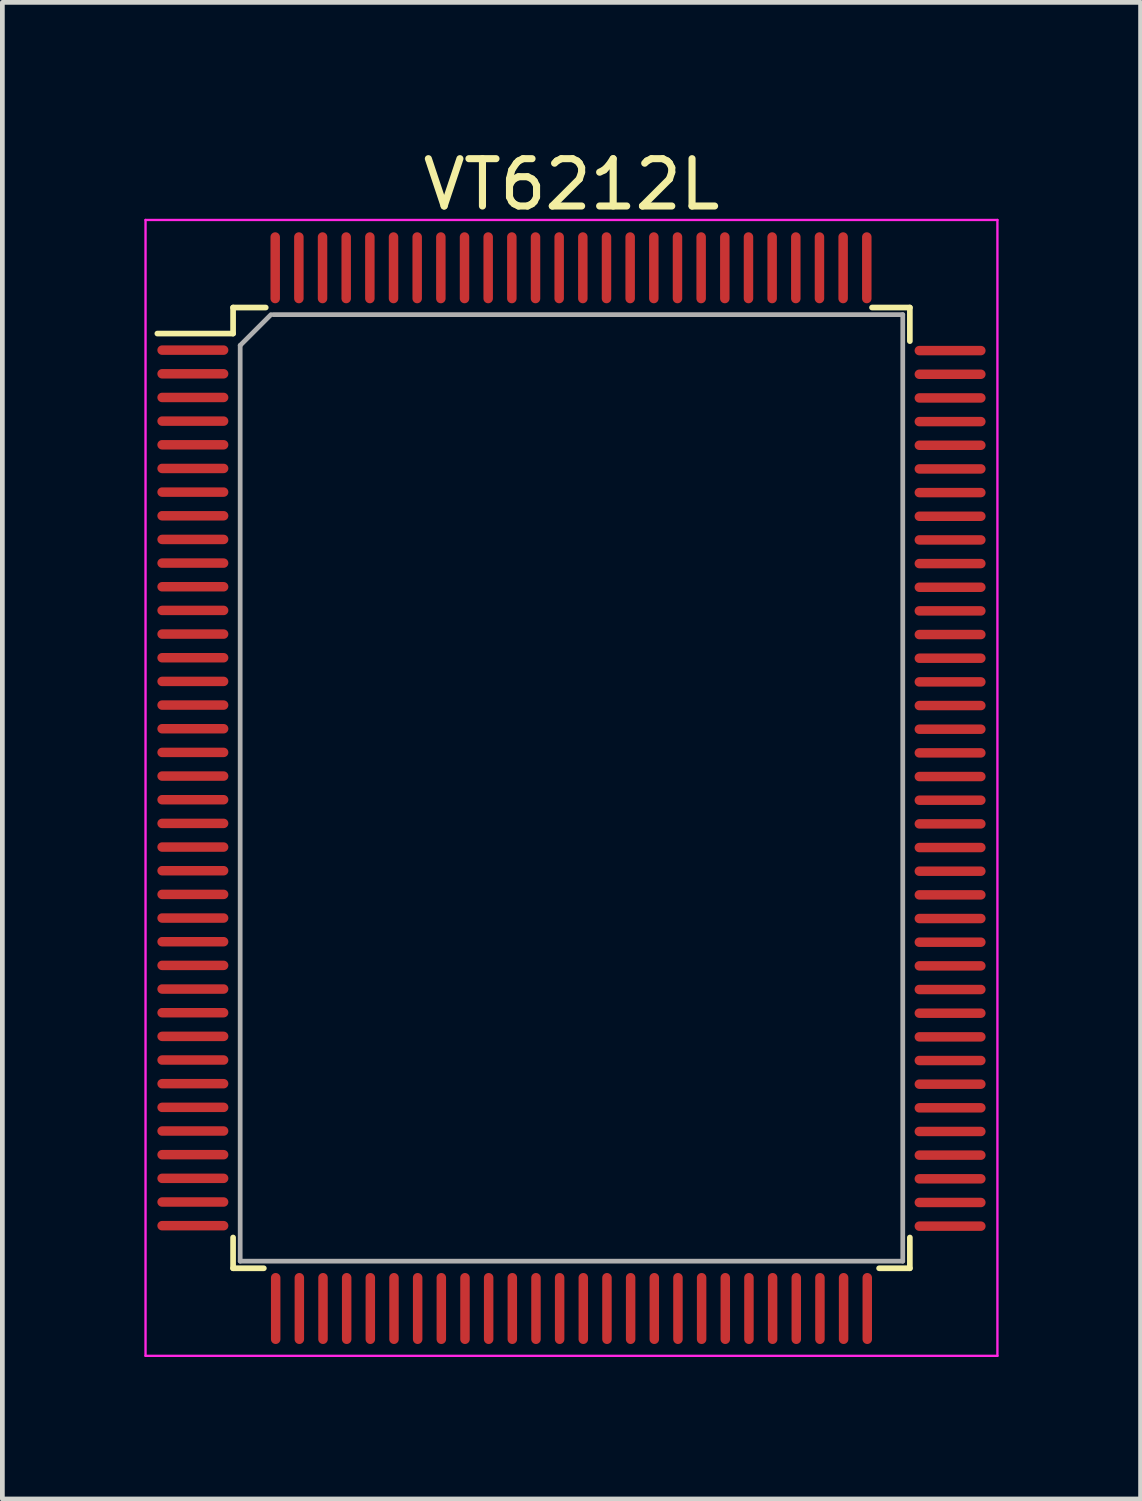
<source format=kicad_pcb>
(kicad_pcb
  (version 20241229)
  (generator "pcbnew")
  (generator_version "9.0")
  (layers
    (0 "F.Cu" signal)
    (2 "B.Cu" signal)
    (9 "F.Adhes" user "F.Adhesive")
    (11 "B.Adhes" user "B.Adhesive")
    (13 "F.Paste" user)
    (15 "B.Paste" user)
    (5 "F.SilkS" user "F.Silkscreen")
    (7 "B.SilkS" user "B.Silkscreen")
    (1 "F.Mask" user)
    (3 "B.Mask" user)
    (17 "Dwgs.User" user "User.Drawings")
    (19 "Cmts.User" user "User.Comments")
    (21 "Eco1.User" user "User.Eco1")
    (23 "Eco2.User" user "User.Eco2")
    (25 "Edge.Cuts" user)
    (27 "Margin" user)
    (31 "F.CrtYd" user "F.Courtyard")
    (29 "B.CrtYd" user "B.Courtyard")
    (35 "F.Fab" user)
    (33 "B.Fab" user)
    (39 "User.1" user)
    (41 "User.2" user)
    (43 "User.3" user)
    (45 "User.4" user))
  (footprint "VT6212L"
    (layer "F.Cu")
    (at 9.025 13.598)
    (property "Reference" "VT6212L" (at 0 -12.75 0) (layer "F.SilkS") (effects (font (size 1 1) (thickness 0.15))))
    (attr smd)
    (fp_line (start -7.15 -10.15) (end -7.15 -9.6) (stroke (width 0.12) (type solid)) (layer "F.SilkS"))
    (fp_line (start -7.15 -9.6) (end -8.75 -9.6) (stroke (width 0.12) (type solid)) (layer "F.SilkS"))
    (fp_line (start -7.15 10.15) (end -7.15 9.5) (stroke (width 0.12) (type solid)) (layer "F.SilkS"))
    (fp_line (start -7.15 10.15) (end -6.5 10.15) (stroke (width 0.12) (type solid)) (layer "F.SilkS"))
    (fp_line (start -6.46 -10.15) (end -7.15 -10.15) (stroke (width 0.12) (type solid)) (layer "F.SilkS"))
    (fp_line (start 6.35 -10.15) (end 7.15 -10.15) (stroke (width 0.12) (type solid)) (layer "F.SilkS"))
    (fp_line (start 6.5 10.15) (end 7.15 10.15) (stroke (width 0.12) (type solid)) (layer "F.SilkS"))
    (fp_line (start 7.15 -10.15) (end 7.15 -9.44) (stroke (width 0.12) (type solid)) (layer "F.SilkS"))
    (fp_line (start 7.15 10.15) (end 7.15 9.5) (stroke (width 0.12) (type solid)) (layer "F.SilkS"))
    (fp_line (start -9 -12) (end 9 -12) (stroke (width 0.05) (type solid)) (layer "F.CrtYd"))
    (fp_line (start -9 12) (end -9 -12) (stroke (width 0.05) (type solid)) (layer "F.CrtYd"))
    (fp_line (start 9 -12) (end 9 12) (stroke (width 0.05) (type solid)) (layer "F.CrtYd"))
    (fp_line (start 9 12) (end -9 12) (stroke (width 0.05) (type solid)) (layer "F.CrtYd"))
    (fp_line (start -7 -9.35) (end -7 10) (stroke (width 0.1) (type solid)) (layer "F.Fab"))
    (fp_line (start -7 10) (end 7 10) (stroke (width 0.1) (type solid)) (layer "F.Fab"))
    (fp_line (start -6.35 -10) (end -7 -9.35) (stroke (width 0.1) (type solid)) (layer "F.Fab"))
    (fp_line (start 7 -10) (end -6.3 -10) (stroke (width 0.1) (type solid)) (layer "F.Fab"))
    (fp_line (start 7 10) (end 7 -10) (stroke (width 0.1) (type solid)) (layer "F.Fab"))
    (pad "1" smd oval (at -8 -9.25 90) (size 0.2 1.5) (layers "F.Cu" "F.Mask" "F.Paste"))
    (pad "2" smd oval (at -8 -8.75 90) (size 0.2 1.5) (layers "F.Cu" "F.Mask" "F.Paste"))
    (pad "3" smd oval (at -8 -8.25 90) (size 0.2 1.5) (layers "F.Cu" "F.Mask" "F.Paste"))
    (pad "4" smd oval (at -8 -7.75 90) (size 0.2 1.5) (layers "F.Cu" "F.Mask" "F.Paste"))
    (pad "5" smd oval (at -8 -7.25 90) (size 0.2 1.5) (layers "F.Cu" "F.Mask" "F.Paste"))
    (pad "6" smd oval (at -8 -6.75 90) (size 0.2 1.5) (layers "F.Cu" "F.Mask" "F.Paste"))
    (pad "7" smd oval (at -8 -6.25 90) (size 0.2 1.5) (layers "F.Cu" "F.Mask" "F.Paste"))
    (pad "8" smd oval (at -8 -5.75 90) (size 0.2 1.5) (layers "F.Cu" "F.Mask" "F.Paste"))
    (pad "9" smd oval (at -8 -5.25 90) (size 0.2 1.5) (layers "F.Cu" "F.Mask" "F.Paste"))
    (pad "10" smd oval (at -8 -4.75 90) (size 0.2 1.5) (layers "F.Cu" "F.Mask" "F.Paste"))
    (pad "11" smd oval (at -8 -4.25 90) (size 0.2 1.5) (layers "F.Cu" "F.Mask" "F.Paste"))
    (pad "12" smd oval (at -8 -3.75 90) (size 0.2 1.5) (layers "F.Cu" "F.Mask" "F.Paste"))
    (pad "13" smd oval (at -8 -3.25 90) (size 0.2 1.5) (layers "F.Cu" "F.Mask" "F.Paste"))
    (pad "14" smd oval (at -8 -2.75 90) (size 0.2 1.5) (layers "F.Cu" "F.Mask" "F.Paste"))
    (pad "15" smd oval (at -8 -2.25 90) (size 0.2 1.5) (layers "F.Cu" "F.Mask" "F.Paste"))
    (pad "16" smd oval (at -8 -1.75 90) (size 0.2 1.5) (layers "F.Cu" "F.Mask" "F.Paste"))
    (pad "17" smd oval (at -8 -1.25 90) (size 0.2 1.5) (layers "F.Cu" "F.Mask" "F.Paste"))
    (pad "18" smd oval (at -8 -0.75 90) (size 0.2 1.5) (layers "F.Cu" "F.Mask" "F.Paste"))
    (pad "19" smd oval (at -8 -0.25 90) (size 0.2 1.5) (layers "F.Cu" "F.Mask" "F.Paste"))
    (pad "20" smd oval (at -8 0.25 90) (size 0.2 1.5) (layers "F.Cu" "F.Mask" "F.Paste"))
    (pad "21" smd oval (at -8 0.75 90) (size 0.2 1.5) (layers "F.Cu" "F.Mask" "F.Paste"))
    (pad "22" smd oval (at -8 1.25 90) (size 0.2 1.5) (layers "F.Cu" "F.Mask" "F.Paste"))
    (pad "23" smd oval (at -8 1.75 90) (size 0.2 1.5) (layers "F.Cu" "F.Mask" "F.Paste"))
    (pad "24" smd oval (at -8 2.25 90) (size 0.2 1.5) (layers "F.Cu" "F.Mask" "F.Paste"))
    (pad "25" smd oval (at -8 2.75 90) (size 0.2 1.5) (layers "F.Cu" "F.Mask" "F.Paste"))
    (pad "26" smd oval (at -8 3.25 90) (size 0.2 1.5) (layers "F.Cu" "F.Mask" "F.Paste"))
    (pad "27" smd oval (at -8 3.75 90) (size 0.2 1.5) (layers "F.Cu" "F.Mask" "F.Paste"))
    (pad "28" smd oval (at -8 4.25 90) (size 0.2 1.5) (layers "F.Cu" "F.Mask" "F.Paste"))
    (pad "29" smd oval (at -8 4.75 90) (size 0.2 1.5) (layers "F.Cu" "F.Mask" "F.Paste"))
    (pad "30" smd oval (at -8 5.25 90) (size 0.2 1.5) (layers "F.Cu" "F.Mask" "F.Paste"))
    (pad "31" smd oval (at -8 5.75 90) (size 0.2 1.5) (layers "F.Cu" "F.Mask" "F.Paste"))
    (pad "32" smd oval (at -8 6.25 90) (size 0.2 1.5) (layers "F.Cu" "F.Mask" "F.Paste"))
    (pad "33" smd oval (at -8 6.75 270) (size 0.2 1.5) (layers "F.Cu" "F.Mask" "F.Paste"))
    (pad "34" smd oval (at -8 7.25 270) (size 0.2 1.5) (layers "F.Cu" "F.Mask" "F.Paste"))
    (pad "35" smd oval (at -8 7.75 270) (size 0.2 1.5) (layers "F.Cu" "F.Mask" "F.Paste"))
    (pad "36" smd oval (at -8 8.25 270) (size 0.2 1.5) (layers "F.Cu" "F.Mask" "F.Paste"))
    (pad "37" smd oval (at -8 8.75 270) (size 0.2 1.5) (layers "F.Cu" "F.Mask" "F.Paste"))
    (pad "38" smd oval (at -8 9.25 270) (size 0.2 1.5) (layers "F.Cu" "F.Mask" "F.Paste"))
    (pad "39" smd oval (at -6.25 11) (size 0.2 1.5) (layers "F.Cu" "F.Mask" "F.Paste"))
    (pad "40" smd oval (at -5.75 11) (size 0.2 1.5) (layers "F.Cu" "F.Mask" "F.Paste"))
    (pad "41" smd oval (at -5.25 11) (size 0.2 1.5) (layers "F.Cu" "F.Mask" "F.Paste"))
    (pad "42" smd oval (at -4.75 11) (size 0.2 1.5) (layers "F.Cu" "F.Mask" "F.Paste"))
    (pad "43" smd oval (at -4.25 11) (size 0.2 1.5) (layers "F.Cu" "F.Mask" "F.Paste"))
    (pad "44" smd oval (at -3.75 11) (size 0.2 1.5) (layers "F.Cu" "F.Mask" "F.Paste"))
    (pad "45" smd oval (at -3.25 11) (size 0.2 1.5) (layers "F.Cu" "F.Mask" "F.Paste"))
    (pad "46" smd oval (at -2.75 11) (size 0.2 1.5) (layers "F.Cu" "F.Mask" "F.Paste"))
    (pad "47" smd oval (at -2.25 11) (size 0.2 1.5) (layers "F.Cu" "F.Mask" "F.Paste"))
    (pad "48" smd oval (at -1.75 11) (size 0.2 1.5) (layers "F.Cu" "F.Mask" "F.Paste"))
    (pad "49" smd oval (at -1.25 11) (size 0.2 1.5) (layers "F.Cu" "F.Mask" "F.Paste"))
    (pad "50" smd oval (at -0.75 11) (size 0.2 1.5) (layers "F.Cu" "F.Mask" "F.Paste"))
    (pad "51" smd oval (at -0.25 11) (size 0.2 1.5) (layers "F.Cu" "F.Mask" "F.Paste"))
    (pad "52" smd oval (at 0.25 11) (size 0.2 1.5) (layers "F.Cu" "F.Mask" "F.Paste"))
    (pad "53" smd oval (at 0.75 11) (size 0.2 1.5) (layers "F.Cu" "F.Mask" "F.Paste"))
    (pad "54" smd oval (at 1.25 11) (size 0.2 1.5) (layers "F.Cu" "F.Mask" "F.Paste"))
    (pad "55" smd oval (at 1.75 11) (size 0.2 1.5) (layers "F.Cu" "F.Mask" "F.Paste"))
    (pad "56" smd oval (at 2.25 11) (size 0.2 1.5) (layers "F.Cu" "F.Mask" "F.Paste"))
    (pad "57" smd oval (at 2.75 11) (size 0.2 1.5) (layers "F.Cu" "F.Mask" "F.Paste"))
    (pad "58" smd oval (at 3.25 11) (size 0.2 1.5) (layers "F.Cu" "F.Mask" "F.Paste"))
    (pad "59" smd oval (at 3.75 11) (size 0.2 1.5) (layers "F.Cu" "F.Mask" "F.Paste"))
    (pad "60" smd oval (at 4.25 11) (size 0.2 1.5) (layers "F.Cu" "F.Mask" "F.Paste"))
    (pad "61" smd oval (at 4.75 11) (size 0.2 1.5) (layers "F.Cu" "F.Mask" "F.Paste"))
    (pad "62" smd oval (at 5.25 11) (size 0.2 1.5) (layers "F.Cu" "F.Mask" "F.Paste"))
    (pad "63" smd oval (at 5.75 11) (size 0.2 1.5) (layers "F.Cu" "F.Mask" "F.Paste"))
    (pad "64" smd oval (at 6.25 11) (size 0.2 1.5) (layers "F.Cu" "F.Mask" "F.Paste"))
    (pad "65" smd oval (at 8 9.26 90) (size 0.2 1.5) (layers "F.Cu" "F.Mask" "F.Paste"))
    (pad "66" smd oval (at 8 8.76 90) (size 0.2 1.5) (layers "F.Cu" "F.Mask" "F.Paste"))
    (pad "67" smd oval (at 8 8.26 90) (size 0.2 1.5) (layers "F.Cu" "F.Mask" "F.Paste"))
    (pad "68" smd oval (at 8 7.76 90) (size 0.2 1.5) (layers "F.Cu" "F.Mask" "F.Paste"))
    (pad "69" smd oval (at 8 7.26 90) (size 0.2 1.5) (layers "F.Cu" "F.Mask" "F.Paste"))
    (pad "70" smd oval (at 8 6.76 90) (size 0.2 1.5) (layers "F.Cu" "F.Mask" "F.Paste"))
    (pad "71" smd oval (at 8 6.26 90) (size 0.2 1.5) (layers "F.Cu" "F.Mask" "F.Paste"))
    (pad "72" smd oval (at 8 5.76 90) (size 0.2 1.5) (layers "F.Cu" "F.Mask" "F.Paste"))
    (pad "73" smd oval (at 8 5.26 90) (size 0.2 1.5) (layers "F.Cu" "F.Mask" "F.Paste"))
    (pad "74" smd oval (at 8 4.76 90) (size 0.2 1.5) (layers "F.Cu" "F.Mask" "F.Paste"))
    (pad "75" smd oval (at 8 4.26 90) (size 0.2 1.5) (layers "F.Cu" "F.Mask" "F.Paste"))
    (pad "76" smd oval (at 8 3.76 90) (size 0.2 1.5) (layers "F.Cu" "F.Mask" "F.Paste"))
    (pad "77" smd oval (at 8 3.26 90) (size 0.2 1.5) (layers "F.Cu" "F.Mask" "F.Paste"))
    (pad "78" smd oval (at 8 2.76 90) (size 0.2 1.5) (layers "F.Cu" "F.Mask" "F.Paste"))
    (pad "79" smd oval (at 8 2.26 90) (size 0.2 1.5) (layers "F.Cu" "F.Mask" "F.Paste"))
    (pad "80" smd oval (at 8 1.76 90) (size 0.2 1.5) (layers "F.Cu" "F.Mask" "F.Paste"))
    (pad "81" smd oval (at 8 1.26 90) (size 0.2 1.5) (layers "F.Cu" "F.Mask" "F.Paste"))
    (pad "82" smd oval (at 8 0.76 90) (size 0.2 1.5) (layers "F.Cu" "F.Mask" "F.Paste"))
    (pad "83" smd oval (at 8 0.26 90) (size 0.2 1.5) (layers "F.Cu" "F.Mask" "F.Paste"))
    (pad "84" smd oval (at 8 -0.24 90) (size 0.2 1.5) (layers "F.Cu" "F.Mask" "F.Paste"))
    (pad "85" smd oval (at 8 -0.74 90) (size 0.2 1.5) (layers "F.Cu" "F.Mask" "F.Paste"))
    (pad "86" smd oval (at 8 -1.24 90) (size 0.2 1.5) (layers "F.Cu" "F.Mask" "F.Paste"))
    (pad "87" smd oval (at 8 -1.74 90) (size 0.2 1.5) (layers "F.Cu" "F.Mask" "F.Paste"))
    (pad "88" smd oval (at 8 -2.24 90) (size 0.2 1.5) (layers "F.Cu" "F.Mask" "F.Paste"))
    (pad "89" smd oval (at 8 -2.74 90) (size 0.2 1.5) (layers "F.Cu" "F.Mask" "F.Paste"))
    (pad "90" smd oval (at 8 -3.24 90) (size 0.2 1.5) (layers "F.Cu" "F.Mask" "F.Paste"))
    (pad "91" smd oval (at 8 -3.74 90) (size 0.2 1.5) (layers "F.Cu" "F.Mask" "F.Paste"))
    (pad "92" smd oval (at 8 -4.24 90) (size 0.2 1.5) (layers "F.Cu" "F.Mask" "F.Paste"))
    (pad "93" smd oval (at 8 -4.74 90) (size 0.2 1.5) (layers "F.Cu" "F.Mask" "F.Paste"))
    (pad "94" smd oval (at 8 -5.24 90) (size 0.2 1.5) (layers "F.Cu" "F.Mask" "F.Paste"))
    (pad "95" smd oval (at 8 -5.74 90) (size 0.2 1.5) (layers "F.Cu" "F.Mask" "F.Paste"))
    (pad "96" smd oval (at 8 -6.24 90) (size 0.2 1.5) (layers "F.Cu" "F.Mask" "F.Paste"))
    (pad "97" smd oval (at 8 -6.74 270) (size 0.2 1.5) (layers "F.Cu" "F.Mask" "F.Paste"))
    (pad "98" smd oval (at 8 -7.24 270) (size 0.2 1.5) (layers "F.Cu" "F.Mask" "F.Paste"))
    (pad "99" smd oval (at 8 -7.74 270) (size 0.2 1.5) (layers "F.Cu" "F.Mask" "F.Paste"))
    (pad "100" smd oval (at 8 -8.24 270) (size 0.2 1.5) (layers "F.Cu" "F.Mask" "F.Paste"))
    (pad "101" smd oval (at 8 -8.74 270) (size 0.2 1.5) (layers "F.Cu" "F.Mask" "F.Paste"))
    (pad "102" smd oval (at 8 -9.24 270) (size 0.2 1.5) (layers "F.Cu" "F.Mask" "F.Paste"))
    (pad "103" smd oval (at 6.24 -10.99) (size 0.2 1.5) (layers "F.Cu" "F.Mask" "F.Paste"))
    (pad "104" smd oval (at 5.74 -10.99) (size 0.2 1.5) (layers "F.Cu" "F.Mask" "F.Paste"))
    (pad "105" smd oval (at 5.24 -10.99) (size 0.2 1.5) (layers "F.Cu" "F.Mask" "F.Paste"))
    (pad "106" smd oval (at 4.74 -10.99) (size 0.2 1.5) (layers "F.Cu" "F.Mask" "F.Paste"))
    (pad "107" smd oval (at 4.24 -10.99) (size 0.2 1.5) (layers "F.Cu" "F.Mask" "F.Paste"))
    (pad "108" smd oval (at 3.74 -10.99) (size 0.2 1.5) (layers "F.Cu" "F.Mask" "F.Paste"))
    (pad "109" smd oval (at 3.24 -10.99) (size 0.2 1.5) (layers "F.Cu" "F.Mask" "F.Paste"))
    (pad "110" smd oval (at 2.74 -10.99) (size 0.2 1.5) (layers "F.Cu" "F.Mask" "F.Paste"))
    (pad "111" smd oval (at 2.24 -10.99) (size 0.2 1.5) (layers "F.Cu" "F.Mask" "F.Paste"))
    (pad "112" smd oval (at 1.74 -10.99) (size 0.2 1.5) (layers "F.Cu" "F.Mask" "F.Paste"))
    (pad "113" smd oval (at 1.24 -10.99) (size 0.2 1.5) (layers "F.Cu" "F.Mask" "F.Paste"))
    (pad "114" smd oval (at 0.74 -10.99) (size 0.2 1.5) (layers "F.Cu" "F.Mask" "F.Paste"))
    (pad "115" smd oval (at 0.24 -10.99) (size 0.2 1.5) (layers "F.Cu" "F.Mask" "F.Paste"))
    (pad "116" smd oval (at -0.26 -10.99) (size 0.2 1.5) (layers "F.Cu" "F.Mask" "F.Paste"))
    (pad "117" smd oval (at -0.76 -10.99) (size 0.2 1.5) (layers "F.Cu" "F.Mask" "F.Paste"))
    (pad "118" smd oval (at -1.26 -10.99) (size 0.2 1.5) (layers "F.Cu" "F.Mask" "F.Paste"))
    (pad "119" smd oval (at -1.76 -10.99) (size 0.2 1.5) (layers "F.Cu" "F.Mask" "F.Paste"))
    (pad "120" smd oval (at -2.26 -10.99) (size 0.2 1.5) (layers "F.Cu" "F.Mask" "F.Paste"))
    (pad "121" smd oval (at -2.76 -10.99) (size 0.2 1.5) (layers "F.Cu" "F.Mask" "F.Paste"))
    (pad "122" smd oval (at -3.26 -10.99) (size 0.2 1.5) (layers "F.Cu" "F.Mask" "F.Paste"))
    (pad "123" smd oval (at -3.76 -10.99) (size 0.2 1.5) (layers "F.Cu" "F.Mask" "F.Paste"))
    (pad "124" smd oval (at -4.26 -10.99) (size 0.2 1.5) (layers "F.Cu" "F.Mask" "F.Paste"))
    (pad "125" smd oval (at -4.76 -10.99) (size 0.2 1.5) (layers "F.Cu" "F.Mask" "F.Paste"))
    (pad "126" smd oval (at -5.26 -10.99) (size 0.2 1.5) (layers "F.Cu" "F.Mask" "F.Paste"))
    (pad "127" smd oval (at -5.76 -10.99) (size 0.2 1.5) (layers "F.Cu" "F.Mask" "F.Paste"))
    (pad "128" smd oval (at -6.26 -10.99) (size 0.2 1.5) (layers "F.Cu" "F.Mask" "F.Paste")))
  (gr_rect
    (start -3 -3)
    (end 21.05 28.623)
    (stroke (width 0.1) (type default))
    (fill no)
    (layer "Edge.Cuts")))
</source>
